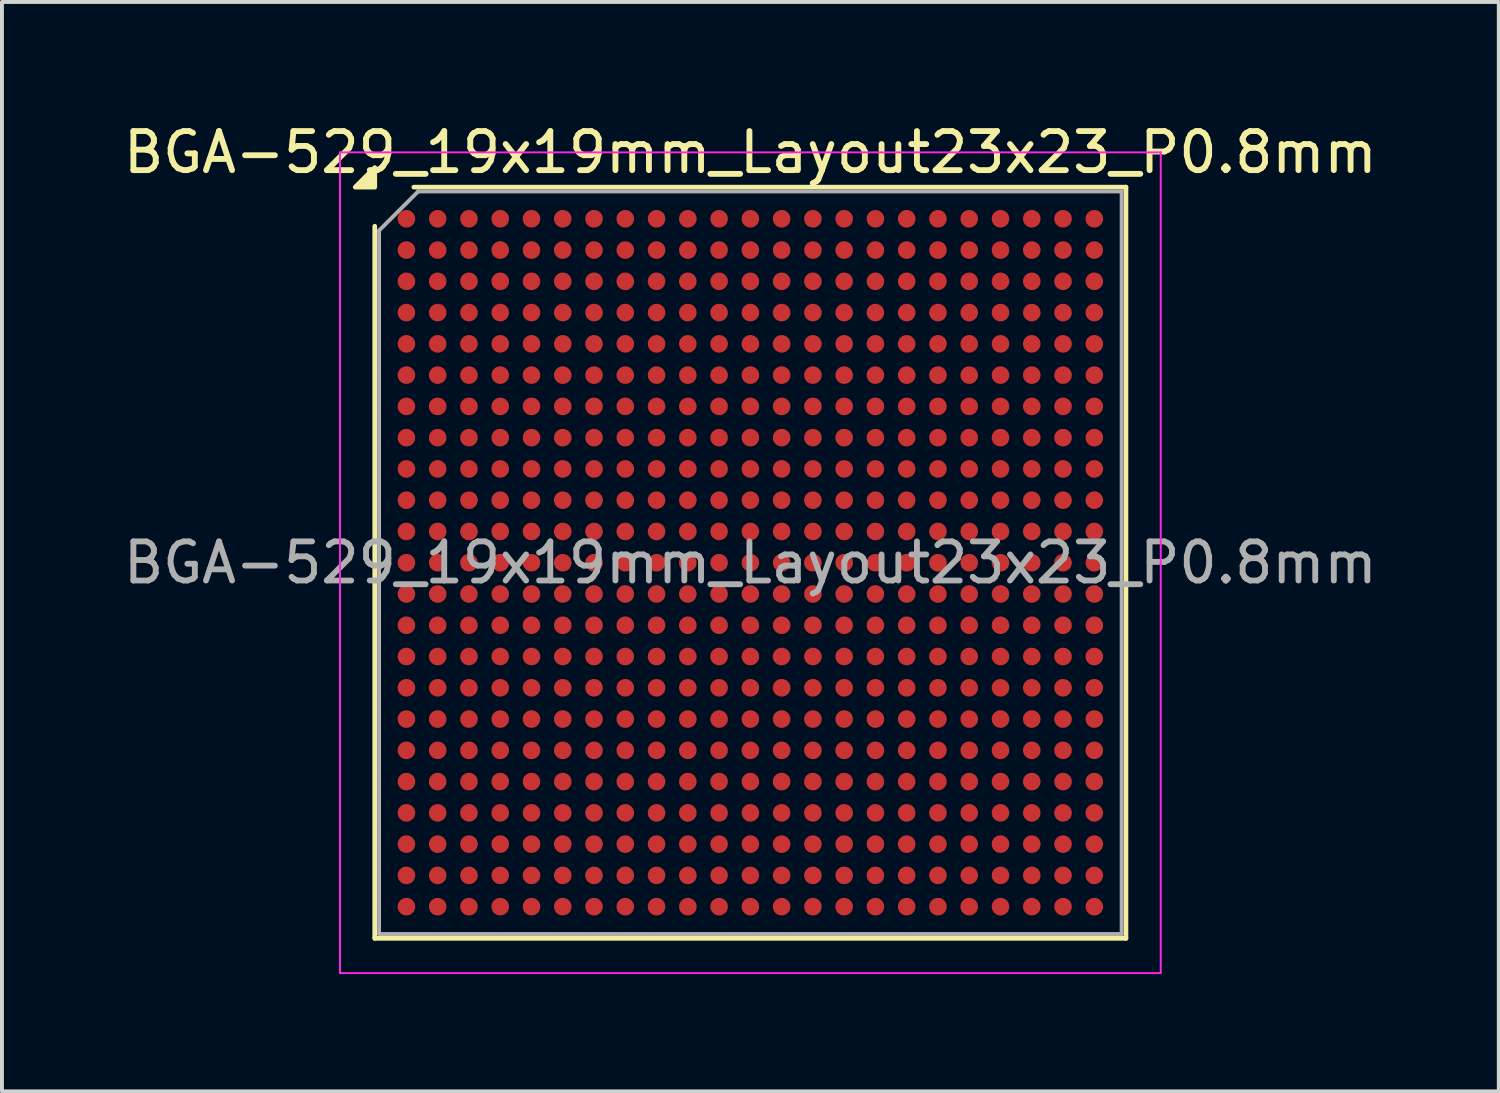
<source format=kicad_pcb>
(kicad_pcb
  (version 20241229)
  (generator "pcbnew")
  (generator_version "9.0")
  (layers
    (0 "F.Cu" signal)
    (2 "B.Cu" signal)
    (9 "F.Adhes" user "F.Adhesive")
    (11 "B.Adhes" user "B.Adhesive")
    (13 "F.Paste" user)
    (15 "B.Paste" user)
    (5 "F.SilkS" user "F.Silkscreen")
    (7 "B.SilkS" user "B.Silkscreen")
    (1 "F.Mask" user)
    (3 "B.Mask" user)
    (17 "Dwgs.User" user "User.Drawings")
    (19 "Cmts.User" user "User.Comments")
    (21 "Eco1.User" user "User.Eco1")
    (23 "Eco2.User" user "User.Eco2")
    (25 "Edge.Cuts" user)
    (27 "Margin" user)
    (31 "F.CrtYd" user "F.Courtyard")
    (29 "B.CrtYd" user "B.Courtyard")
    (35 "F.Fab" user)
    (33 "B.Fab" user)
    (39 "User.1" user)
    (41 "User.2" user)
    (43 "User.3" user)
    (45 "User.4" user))
  (footprint "BGA-529_19x19mm_Layout23x23_P0.8mm"
    (layer "F.Cu")
    (at 16.149 11.348)
    (property "Reference" "BGA-529_19x19mm_Layout23x23_P0.8mm" (at 0 -10.5 0) (layer "F.SilkS") (effects (font (size 1 1) (thickness 0.15))))
    (attr smd)
    (fp_line (start -9.61 9.61) (end -9.61 -8.61) (stroke (width 0.12) (type solid)) (layer "F.SilkS"))
    (fp_line (start -8.61 -9.61) (end 9.61 -9.61) (stroke (width 0.12) (type solid)) (layer "F.SilkS"))
    (fp_line (start 9.61 -9.61) (end 9.61 9.61) (stroke (width 0.12) (type solid)) (layer "F.SilkS"))
    (fp_line (start 9.61 9.61) (end -9.61 9.61) (stroke (width 0.12) (type solid)) (layer "F.SilkS"))
    (fp_poly (pts (xy -9.61 -9.61) (xy -10.11 -9.61) (xy -9.61 -10.11)) (stroke (width 0.12) (type solid)) (fill yes) (layer "F.SilkS"))
    (fp_line (start -10.5 -10.5) (end -10.5 10.5) (stroke (width 0.05) (type solid)) (layer "F.CrtYd"))
    (fp_line (start -10.5 10.5) (end 10.5 10.5) (stroke (width 0.05) (type solid)) (layer "F.CrtYd"))
    (fp_line (start 10.5 -10.5) (end -10.5 -10.5) (stroke (width 0.05) (type solid)) (layer "F.CrtYd"))
    (fp_line (start 10.5 10.5) (end 10.5 -10.5) (stroke (width 0.05) (type solid)) (layer "F.CrtYd"))
    (fp_line (start -9.5 -8.5) (end -8.5 -9.5) (stroke (width 0.1) (type solid)) (layer "F.Fab"))
    (fp_line (start -9.5 9.5) (end -9.5 -8.5) (stroke (width 0.1) (type solid)) (layer "F.Fab"))
    (fp_line (start -8.5 -9.5) (end 9.5 -9.5) (stroke (width 0.1) (type solid)) (layer "F.Fab"))
    (fp_line (start 9.5 -9.5) (end 9.5 9.5) (stroke (width 0.1) (type solid)) (layer "F.Fab"))
    (fp_line (start 9.5 9.5) (end -9.5 9.5) (stroke (width 0.1) (type solid)) (layer "F.Fab"))
    (fp_text user "${REFERENCE}" (at 0 0 0) (layer "F.Fab") (effects (font (size 1 1) (thickness 0.15))))
    (pad "A1" smd circle (at -8.8 -8.8) (size 0.45 0.45) (property pad_prop_bga) (layers "F.Cu" "F.Mask" "F.Paste"))
    (pad "A2" smd circle (at -8 -8.8) (size 0.45 0.45) (property pad_prop_bga) (layers "F.Cu" "F.Mask" "F.Paste"))
    (pad "A3" smd circle (at -7.2 -8.8) (size 0.45 0.45) (property pad_prop_bga) (layers "F.Cu" "F.Mask" "F.Paste"))
    (pad "A4" smd circle (at -6.4 -8.8) (size 0.45 0.45) (property pad_prop_bga) (layers "F.Cu" "F.Mask" "F.Paste"))
    (pad "A5" smd circle (at -5.6 -8.8) (size 0.45 0.45) (property pad_prop_bga) (layers "F.Cu" "F.Mask" "F.Paste"))
    (pad "A6" smd circle (at -4.8 -8.8) (size 0.45 0.45) (property pad_prop_bga) (layers "F.Cu" "F.Mask" "F.Paste"))
    (pad "A7" smd circle (at -4 -8.8) (size 0.45 0.45) (property pad_prop_bga) (layers "F.Cu" "F.Mask" "F.Paste"))
    (pad "A8" smd circle (at -3.2 -8.8) (size 0.45 0.45) (property pad_prop_bga) (layers "F.Cu" "F.Mask" "F.Paste"))
    (pad "A9" smd circle (at -2.4 -8.8) (size 0.45 0.45) (property pad_prop_bga) (layers "F.Cu" "F.Mask" "F.Paste"))
    (pad "A10" smd circle (at -1.6 -8.8) (size 0.45 0.45) (property pad_prop_bga) (layers "F.Cu" "F.Mask" "F.Paste"))
    (pad "A11" smd circle (at -0.8 -8.8) (size 0.45 0.45) (property pad_prop_bga) (layers "F.Cu" "F.Mask" "F.Paste"))
    (pad "A12" smd circle (at 0 -8.8) (size 0.45 0.45) (property pad_prop_bga) (layers "F.Cu" "F.Mask" "F.Paste"))
    (pad "A13" smd circle (at 0.8 -8.8) (size 0.45 0.45) (property pad_prop_bga) (layers "F.Cu" "F.Mask" "F.Paste"))
    (pad "A14" smd circle (at 1.6 -8.8) (size 0.45 0.45) (property pad_prop_bga) (layers "F.Cu" "F.Mask" "F.Paste"))
    (pad "A15" smd circle (at 2.4 -8.8) (size 0.45 0.45) (property pad_prop_bga) (layers "F.Cu" "F.Mask" "F.Paste"))
    (pad "A16" smd circle (at 3.2 -8.8) (size 0.45 0.45) (property pad_prop_bga) (layers "F.Cu" "F.Mask" "F.Paste"))
    (pad "A17" smd circle (at 4 -8.8) (size 0.45 0.45) (property pad_prop_bga) (layers "F.Cu" "F.Mask" "F.Paste"))
    (pad "A18" smd circle (at 4.8 -8.8) (size 0.45 0.45) (property pad_prop_bga) (layers "F.Cu" "F.Mask" "F.Paste"))
    (pad "A19" smd circle (at 5.6 -8.8) (size 0.45 0.45) (property pad_prop_bga) (layers "F.Cu" "F.Mask" "F.Paste"))
    (pad "A20" smd circle (at 6.4 -8.8) (size 0.45 0.45) (property pad_prop_bga) (layers "F.Cu" "F.Mask" "F.Paste"))
    (pad "A21" smd circle (at 7.2 -8.8) (size 0.45 0.45) (property pad_prop_bga) (layers "F.Cu" "F.Mask" "F.Paste"))
    (pad "A22" smd circle (at 8 -8.8) (size 0.45 0.45) (property pad_prop_bga) (layers "F.Cu" "F.Mask" "F.Paste"))
    (pad "A23" smd circle (at 8.8 -8.8) (size 0.45 0.45) (property pad_prop_bga) (layers "F.Cu" "F.Mask" "F.Paste"))
    (pad "AA1" smd circle (at -8.8 7.2) (size 0.45 0.45) (property pad_prop_bga) (layers "F.Cu" "F.Mask" "F.Paste"))
    (pad "AA2" smd circle (at -8 7.2) (size 0.45 0.45) (property pad_prop_bga) (layers "F.Cu" "F.Mask" "F.Paste"))
    (pad "AA3" smd circle (at -7.2 7.2) (size 0.45 0.45) (property pad_prop_bga) (layers "F.Cu" "F.Mask" "F.Paste"))
    (pad "AA4" smd circle (at -6.4 7.2) (size 0.45 0.45) (property pad_prop_bga) (layers "F.Cu" "F.Mask" "F.Paste"))
    (pad "AA5" smd circle (at -5.6 7.2) (size 0.45 0.45) (property pad_prop_bga) (layers "F.Cu" "F.Mask" "F.Paste"))
    (pad "AA6" smd circle (at -4.8 7.2) (size 0.45 0.45) (property pad_prop_bga) (layers "F.Cu" "F.Mask" "F.Paste"))
    (pad "AA7" smd circle (at -4 7.2) (size 0.45 0.45) (property pad_prop_bga) (layers "F.Cu" "F.Mask" "F.Paste"))
    (pad "AA8" smd circle (at -3.2 7.2) (size 0.45 0.45) (property pad_prop_bga) (layers "F.Cu" "F.Mask" "F.Paste"))
    (pad "AA9" smd circle (at -2.4 7.2) (size 0.45 0.45) (property pad_prop_bga) (layers "F.Cu" "F.Mask" "F.Paste"))
    (pad "AA10" smd circle (at -1.6 7.2) (size 0.45 0.45) (property pad_prop_bga) (layers "F.Cu" "F.Mask" "F.Paste"))
    (pad "AA11" smd circle (at -0.8 7.2) (size 0.45 0.45) (property pad_prop_bga) (layers "F.Cu" "F.Mask" "F.Paste"))
    (pad "AA12" smd circle (at 0 7.2) (size 0.45 0.45) (property pad_prop_bga) (layers "F.Cu" "F.Mask" "F.Paste"))
    (pad "AA13" smd circle (at 0.8 7.2) (size 0.45 0.45) (property pad_prop_bga) (layers "F.Cu" "F.Mask" "F.Paste"))
    (pad "AA14" smd circle (at 1.6 7.2) (size 0.45 0.45) (property pad_prop_bga) (layers "F.Cu" "F.Mask" "F.Paste"))
    (pad "AA15" smd circle (at 2.4 7.2) (size 0.45 0.45) (property pad_prop_bga) (layers "F.Cu" "F.Mask" "F.Paste"))
    (pad "AA16" smd circle (at 3.2 7.2) (size 0.45 0.45) (property pad_prop_bga) (layers "F.Cu" "F.Mask" "F.Paste"))
    (pad "AA17" smd circle (at 4 7.2) (size 0.45 0.45) (property pad_prop_bga) (layers "F.Cu" "F.Mask" "F.Paste"))
    (pad "AA18" smd circle (at 4.8 7.2) (size 0.45 0.45) (property pad_prop_bga) (layers "F.Cu" "F.Mask" "F.Paste"))
    (pad "AA19" smd circle (at 5.6 7.2) (size 0.45 0.45) (property pad_prop_bga) (layers "F.Cu" "F.Mask" "F.Paste"))
    (pad "AA20" smd circle (at 6.4 7.2) (size 0.45 0.45) (property pad_prop_bga) (layers "F.Cu" "F.Mask" "F.Paste"))
    (pad "AA21" smd circle (at 7.2 7.2) (size 0.45 0.45) (property pad_prop_bga) (layers "F.Cu" "F.Mask" "F.Paste"))
    (pad "AA22" smd circle (at 8 7.2) (size 0.45 0.45) (property pad_prop_bga) (layers "F.Cu" "F.Mask" "F.Paste"))
    (pad "AA23" smd circle (at 8.8 7.2) (size 0.45 0.45) (property pad_prop_bga) (layers "F.Cu" "F.Mask" "F.Paste"))
    (pad "AB1" smd circle (at -8.8 8) (size 0.45 0.45) (property pad_prop_bga) (layers "F.Cu" "F.Mask" "F.Paste"))
    (pad "AB2" smd circle (at -8 8) (size 0.45 0.45) (property pad_prop_bga) (layers "F.Cu" "F.Mask" "F.Paste"))
    (pad "AB3" smd circle (at -7.2 8) (size 0.45 0.45) (property pad_prop_bga) (layers "F.Cu" "F.Mask" "F.Paste"))
    (pad "AB4" smd circle (at -6.4 8) (size 0.45 0.45) (property pad_prop_bga) (layers "F.Cu" "F.Mask" "F.Paste"))
    (pad "AB5" smd circle (at -5.6 8) (size 0.45 0.45) (property pad_prop_bga) (layers "F.Cu" "F.Mask" "F.Paste"))
    (pad "AB6" smd circle (at -4.8 8) (size 0.45 0.45) (property pad_prop_bga) (layers "F.Cu" "F.Mask" "F.Paste"))
    (pad "AB7" smd circle (at -4 8) (size 0.45 0.45) (property pad_prop_bga) (layers "F.Cu" "F.Mask" "F.Paste"))
    (pad "AB8" smd circle (at -3.2 8) (size 0.45 0.45) (property pad_prop_bga) (layers "F.Cu" "F.Mask" "F.Paste"))
    (pad "AB9" smd circle (at -2.4 8) (size 0.45 0.45) (property pad_prop_bga) (layers "F.Cu" "F.Mask" "F.Paste"))
    (pad "AB10" smd circle (at -1.6 8) (size 0.45 0.45) (property pad_prop_bga) (layers "F.Cu" "F.Mask" "F.Paste"))
    (pad "AB11" smd circle (at -0.8 8) (size 0.45 0.45) (property pad_prop_bga) (layers "F.Cu" "F.Mask" "F.Paste"))
    (pad "AB12" smd circle (at 0 8) (size 0.45 0.45) (property pad_prop_bga) (layers "F.Cu" "F.Mask" "F.Paste"))
    (pad "AB13" smd circle (at 0.8 8) (size 0.45 0.45) (property pad_prop_bga) (layers "F.Cu" "F.Mask" "F.Paste"))
    (pad "AB14" smd circle (at 1.6 8) (size 0.45 0.45) (property pad_prop_bga) (layers "F.Cu" "F.Mask" "F.Paste"))
    (pad "AB15" smd circle (at 2.4 8) (size 0.45 0.45) (property pad_prop_bga) (layers "F.Cu" "F.Mask" "F.Paste"))
    (pad "AB16" smd circle (at 3.2 8) (size 0.45 0.45) (property pad_prop_bga) (layers "F.Cu" "F.Mask" "F.Paste"))
    (pad "AB17" smd circle (at 4 8) (size 0.45 0.45) (property pad_prop_bga) (layers "F.Cu" "F.Mask" "F.Paste"))
    (pad "AB18" smd circle (at 4.8 8) (size 0.45 0.45) (property pad_prop_bga) (layers "F.Cu" "F.Mask" "F.Paste"))
    (pad "AB19" smd circle (at 5.6 8) (size 0.45 0.45) (property pad_prop_bga) (layers "F.Cu" "F.Mask" "F.Paste"))
    (pad "AB20" smd circle (at 6.4 8) (size 0.45 0.45) (property pad_prop_bga) (layers "F.Cu" "F.Mask" "F.Paste"))
    (pad "AB21" smd circle (at 7.2 8) (size 0.45 0.45) (property pad_prop_bga) (layers "F.Cu" "F.Mask" "F.Paste"))
    (pad "AB22" smd circle (at 8 8) (size 0.45 0.45) (property pad_prop_bga) (layers "F.Cu" "F.Mask" "F.Paste"))
    (pad "AB23" smd circle (at 8.8 8) (size 0.45 0.45) (property pad_prop_bga) (layers "F.Cu" "F.Mask" "F.Paste"))
    (pad "AC1" smd circle (at -8.8 8.8) (size 0.45 0.45) (property pad_prop_bga) (layers "F.Cu" "F.Mask" "F.Paste"))
    (pad "AC2" smd circle (at -8 8.8) (size 0.45 0.45) (property pad_prop_bga) (layers "F.Cu" "F.Mask" "F.Paste"))
    (pad "AC3" smd circle (at -7.2 8.8) (size 0.45 0.45) (property pad_prop_bga) (layers "F.Cu" "F.Mask" "F.Paste"))
    (pad "AC4" smd circle (at -6.4 8.8) (size 0.45 0.45) (property pad_prop_bga) (layers "F.Cu" "F.Mask" "F.Paste"))
    (pad "AC5" smd circle (at -5.6 8.8) (size 0.45 0.45) (property pad_prop_bga) (layers "F.Cu" "F.Mask" "F.Paste"))
    (pad "AC6" smd circle (at -4.8 8.8) (size 0.45 0.45) (property pad_prop_bga) (layers "F.Cu" "F.Mask" "F.Paste"))
    (pad "AC7" smd circle (at -4 8.8) (size 0.45 0.45) (property pad_prop_bga) (layers "F.Cu" "F.Mask" "F.Paste"))
    (pad "AC8" smd circle (at -3.2 8.8) (size 0.45 0.45) (property pad_prop_bga) (layers "F.Cu" "F.Mask" "F.Paste"))
    (pad "AC9" smd circle (at -2.4 8.8) (size 0.45 0.45) (property pad_prop_bga) (layers "F.Cu" "F.Mask" "F.Paste"))
    (pad "AC10" smd circle (at -1.6 8.8) (size 0.45 0.45) (property pad_prop_bga) (layers "F.Cu" "F.Mask" "F.Paste"))
    (pad "AC11" smd circle (at -0.8 8.8) (size 0.45 0.45) (property pad_prop_bga) (layers "F.Cu" "F.Mask" "F.Paste"))
    (pad "AC12" smd circle (at 0 8.8) (size 0.45 0.45) (property pad_prop_bga) (layers "F.Cu" "F.Mask" "F.Paste"))
    (pad "AC13" smd circle (at 0.8 8.8) (size 0.45 0.45) (property pad_prop_bga) (layers "F.Cu" "F.Mask" "F.Paste"))
    (pad "AC14" smd circle (at 1.6 8.8) (size 0.45 0.45) (property pad_prop_bga) (layers "F.Cu" "F.Mask" "F.Paste"))
    (pad "AC15" smd circle (at 2.4 8.8) (size 0.45 0.45) (property pad_prop_bga) (layers "F.Cu" "F.Mask" "F.Paste"))
    (pad "AC16" smd circle (at 3.2 8.8) (size 0.45 0.45) (property pad_prop_bga) (layers "F.Cu" "F.Mask" "F.Paste"))
    (pad "AC17" smd circle (at 4 8.8) (size 0.45 0.45) (property pad_prop_bga) (layers "F.Cu" "F.Mask" "F.Paste"))
    (pad "AC18" smd circle (at 4.8 8.8) (size 0.45 0.45) (property pad_prop_bga) (layers "F.Cu" "F.Mask" "F.Paste"))
    (pad "AC19" smd circle (at 5.6 8.8) (size 0.45 0.45) (property pad_prop_bga) (layers "F.Cu" "F.Mask" "F.Paste"))
    (pad "AC20" smd circle (at 6.4 8.8) (size 0.45 0.45) (property pad_prop_bga) (layers "F.Cu" "F.Mask" "F.Paste"))
    (pad "AC21" smd circle (at 7.2 8.8) (size 0.45 0.45) (property pad_prop_bga) (layers "F.Cu" "F.Mask" "F.Paste"))
    (pad "AC22" smd circle (at 8 8.8) (size 0.45 0.45) (property pad_prop_bga) (layers "F.Cu" "F.Mask" "F.Paste"))
    (pad "AC23" smd circle (at 8.8 8.8) (size 0.45 0.45) (property pad_prop_bga) (layers "F.Cu" "F.Mask" "F.Paste"))
    (pad "B1" smd circle (at -8.8 -8) (size 0.45 0.45) (property pad_prop_bga) (layers "F.Cu" "F.Mask" "F.Paste"))
    (pad "B2" smd circle (at -8 -8) (size 0.45 0.45) (property pad_prop_bga) (layers "F.Cu" "F.Mask" "F.Paste"))
    (pad "B3" smd circle (at -7.2 -8) (size 0.45 0.45) (property pad_prop_bga) (layers "F.Cu" "F.Mask" "F.Paste"))
    (pad "B4" smd circle (at -6.4 -8) (size 0.45 0.45) (property pad_prop_bga) (layers "F.Cu" "F.Mask" "F.Paste"))
    (pad "B5" smd circle (at -5.6 -8) (size 0.45 0.45) (property pad_prop_bga) (layers "F.Cu" "F.Mask" "F.Paste"))
    (pad "B6" smd circle (at -4.8 -8) (size 0.45 0.45) (property pad_prop_bga) (layers "F.Cu" "F.Mask" "F.Paste"))
    (pad "B7" smd circle (at -4 -8) (size 0.45 0.45) (property pad_prop_bga) (layers "F.Cu" "F.Mask" "F.Paste"))
    (pad "B8" smd circle (at -3.2 -8) (size 0.45 0.45) (property pad_prop_bga) (layers "F.Cu" "F.Mask" "F.Paste"))
    (pad "B9" smd circle (at -2.4 -8) (size 0.45 0.45) (property pad_prop_bga) (layers "F.Cu" "F.Mask" "F.Paste"))
    (pad "B10" smd circle (at -1.6 -8) (size 0.45 0.45) (property pad_prop_bga) (layers "F.Cu" "F.Mask" "F.Paste"))
    (pad "B11" smd circle (at -0.8 -8) (size 0.45 0.45) (property pad_prop_bga) (layers "F.Cu" "F.Mask" "F.Paste"))
    (pad "B12" smd circle (at 0 -8) (size 0.45 0.45) (property pad_prop_bga) (layers "F.Cu" "F.Mask" "F.Paste"))
    (pad "B13" smd circle (at 0.8 -8) (size 0.45 0.45) (property pad_prop_bga) (layers "F.Cu" "F.Mask" "F.Paste"))
    (pad "B14" smd circle (at 1.6 -8) (size 0.45 0.45) (property pad_prop_bga) (layers "F.Cu" "F.Mask" "F.Paste"))
    (pad "B15" smd circle (at 2.4 -8) (size 0.45 0.45) (property pad_prop_bga) (layers "F.Cu" "F.Mask" "F.Paste"))
    (pad "B16" smd circle (at 3.2 -8) (size 0.45 0.45) (property pad_prop_bga) (layers "F.Cu" "F.Mask" "F.Paste"))
    (pad "B17" smd circle (at 4 -8) (size 0.45 0.45) (property pad_prop_bga) (layers "F.Cu" "F.Mask" "F.Paste"))
    (pad "B18" smd circle (at 4.8 -8) (size 0.45 0.45) (property pad_prop_bga) (layers "F.Cu" "F.Mask" "F.Paste"))
    (pad "B19" smd circle (at 5.6 -8) (size 0.45 0.45) (property pad_prop_bga) (layers "F.Cu" "F.Mask" "F.Paste"))
    (pad "B20" smd circle (at 6.4 -8) (size 0.45 0.45) (property pad_prop_bga) (layers "F.Cu" "F.Mask" "F.Paste"))
    (pad "B21" smd circle (at 7.2 -8) (size 0.45 0.45) (property pad_prop_bga) (layers "F.Cu" "F.Mask" "F.Paste"))
    (pad "B22" smd circle (at 8 -8) (size 0.45 0.45) (property pad_prop_bga) (layers "F.Cu" "F.Mask" "F.Paste"))
    (pad "B23" smd circle (at 8.8 -8) (size 0.45 0.45) (property pad_prop_bga) (layers "F.Cu" "F.Mask" "F.Paste"))
    (pad "C1" smd circle (at -8.8 -7.2) (size 0.45 0.45) (property pad_prop_bga) (layers "F.Cu" "F.Mask" "F.Paste"))
    (pad "C2" smd circle (at -8 -7.2) (size 0.45 0.45) (property pad_prop_bga) (layers "F.Cu" "F.Mask" "F.Paste"))
    (pad "C3" smd circle (at -7.2 -7.2) (size 0.45 0.45) (property pad_prop_bga) (layers "F.Cu" "F.Mask" "F.Paste"))
    (pad "C4" smd circle (at -6.4 -7.2) (size 0.45 0.45) (property pad_prop_bga) (layers "F.Cu" "F.Mask" "F.Paste"))
    (pad "C5" smd circle (at -5.6 -7.2) (size 0.45 0.45) (property pad_prop_bga) (layers "F.Cu" "F.Mask" "F.Paste"))
    (pad "C6" smd circle (at -4.8 -7.2) (size 0.45 0.45) (property pad_prop_bga) (layers "F.Cu" "F.Mask" "F.Paste"))
    (pad "C7" smd circle (at -4 -7.2) (size 0.45 0.45) (property pad_prop_bga) (layers "F.Cu" "F.Mask" "F.Paste"))
    (pad "C8" smd circle (at -3.2 -7.2) (size 0.45 0.45) (property pad_prop_bga) (layers "F.Cu" "F.Mask" "F.Paste"))
    (pad "C9" smd circle (at -2.4 -7.2) (size 0.45 0.45) (property pad_prop_bga) (layers "F.Cu" "F.Mask" "F.Paste"))
    (pad "C10" smd circle (at -1.6 -7.2) (size 0.45 0.45) (property pad_prop_bga) (layers "F.Cu" "F.Mask" "F.Paste"))
    (pad "C11" smd circle (at -0.8 -7.2) (size 0.45 0.45) (property pad_prop_bga) (layers "F.Cu" "F.Mask" "F.Paste"))
    (pad "C12" smd circle (at 0 -7.2) (size 0.45 0.45) (property pad_prop_bga) (layers "F.Cu" "F.Mask" "F.Paste"))
    (pad "C13" smd circle (at 0.8 -7.2) (size 0.45 0.45) (property pad_prop_bga) (layers "F.Cu" "F.Mask" "F.Paste"))
    (pad "C14" smd circle (at 1.6 -7.2) (size 0.45 0.45) (property pad_prop_bga) (layers "F.Cu" "F.Mask" "F.Paste"))
    (pad "C15" smd circle (at 2.4 -7.2) (size 0.45 0.45) (property pad_prop_bga) (layers "F.Cu" "F.Mask" "F.Paste"))
    (pad "C16" smd circle (at 3.2 -7.2) (size 0.45 0.45) (property pad_prop_bga) (layers "F.Cu" "F.Mask" "F.Paste"))
    (pad "C17" smd circle (at 4 -7.2) (size 0.45 0.45) (property pad_prop_bga) (layers "F.Cu" "F.Mask" "F.Paste"))
    (pad "C18" smd circle (at 4.8 -7.2) (size 0.45 0.45) (property pad_prop_bga) (layers "F.Cu" "F.Mask" "F.Paste"))
    (pad "C19" smd circle (at 5.6 -7.2) (size 0.45 0.45) (property pad_prop_bga) (layers "F.Cu" "F.Mask" "F.Paste"))
    (pad "C20" smd circle (at 6.4 -7.2) (size 0.45 0.45) (property pad_prop_bga) (layers "F.Cu" "F.Mask" "F.Paste"))
    (pad "C21" smd circle (at 7.2 -7.2) (size 0.45 0.45) (property pad_prop_bga) (layers "F.Cu" "F.Mask" "F.Paste"))
    (pad "C22" smd circle (at 8 -7.2) (size 0.45 0.45) (property pad_prop_bga) (layers "F.Cu" "F.Mask" "F.Paste"))
    (pad "C23" smd circle (at 8.8 -7.2) (size 0.45 0.45) (property pad_prop_bga) (layers "F.Cu" "F.Mask" "F.Paste"))
    (pad "D1" smd circle (at -8.8 -6.4) (size 0.45 0.45) (property pad_prop_bga) (layers "F.Cu" "F.Mask" "F.Paste"))
    (pad "D2" smd circle (at -8 -6.4) (size 0.45 0.45) (property pad_prop_bga) (layers "F.Cu" "F.Mask" "F.Paste"))
    (pad "D3" smd circle (at -7.2 -6.4) (size 0.45 0.45) (property pad_prop_bga) (layers "F.Cu" "F.Mask" "F.Paste"))
    (pad "D4" smd circle (at -6.4 -6.4) (size 0.45 0.45) (property pad_prop_bga) (layers "F.Cu" "F.Mask" "F.Paste"))
    (pad "D5" smd circle (at -5.6 -6.4) (size 0.45 0.45) (property pad_prop_bga) (layers "F.Cu" "F.Mask" "F.Paste"))
    (pad "D6" smd circle (at -4.8 -6.4) (size 0.45 0.45) (property pad_prop_bga) (layers "F.Cu" "F.Mask" "F.Paste"))
    (pad "D7" smd circle (at -4 -6.4) (size 0.45 0.45) (property pad_prop_bga) (layers "F.Cu" "F.Mask" "F.Paste"))
    (pad "D8" smd circle (at -3.2 -6.4) (size 0.45 0.45) (property pad_prop_bga) (layers "F.Cu" "F.Mask" "F.Paste"))
    (pad "D9" smd circle (at -2.4 -6.4) (size 0.45 0.45) (property pad_prop_bga) (layers "F.Cu" "F.Mask" "F.Paste"))
    (pad "D10" smd circle (at -1.6 -6.4) (size 0.45 0.45) (property pad_prop_bga) (layers "F.Cu" "F.Mask" "F.Paste"))
    (pad "D11" smd circle (at -0.8 -6.4) (size 0.45 0.45) (property pad_prop_bga) (layers "F.Cu" "F.Mask" "F.Paste"))
    (pad "D12" smd circle (at 0 -6.4) (size 0.45 0.45) (property pad_prop_bga) (layers "F.Cu" "F.Mask" "F.Paste"))
    (pad "D13" smd circle (at 0.8 -6.4) (size 0.45 0.45) (property pad_prop_bga) (layers "F.Cu" "F.Mask" "F.Paste"))
    (pad "D14" smd circle (at 1.6 -6.4) (size 0.45 0.45) (property pad_prop_bga) (layers "F.Cu" "F.Mask" "F.Paste"))
    (pad "D15" smd circle (at 2.4 -6.4) (size 0.45 0.45) (property pad_prop_bga) (layers "F.Cu" "F.Mask" "F.Paste"))
    (pad "D16" smd circle (at 3.2 -6.4) (size 0.45 0.45) (property pad_prop_bga) (layers "F.Cu" "F.Mask" "F.Paste"))
    (pad "D17" smd circle (at 4 -6.4) (size 0.45 0.45) (property pad_prop_bga) (layers "F.Cu" "F.Mask" "F.Paste"))
    (pad "D18" smd circle (at 4.8 -6.4) (size 0.45 0.45) (property pad_prop_bga) (layers "F.Cu" "F.Mask" "F.Paste"))
    (pad "D19" smd circle (at 5.6 -6.4) (size 0.45 0.45) (property pad_prop_bga) (layers "F.Cu" "F.Mask" "F.Paste"))
    (pad "D20" smd circle (at 6.4 -6.4) (size 0.45 0.45) (property pad_prop_bga) (layers "F.Cu" "F.Mask" "F.Paste"))
    (pad "D21" smd circle (at 7.2 -6.4) (size 0.45 0.45) (property pad_prop_bga) (layers "F.Cu" "F.Mask" "F.Paste"))
    (pad "D22" smd circle (at 8 -6.4) (size 0.45 0.45) (property pad_prop_bga) (layers "F.Cu" "F.Mask" "F.Paste"))
    (pad "D23" smd circle (at 8.8 -6.4) (size 0.45 0.45) (property pad_prop_bga) (layers "F.Cu" "F.Mask" "F.Paste"))
    (pad "E1" smd circle (at -8.8 -5.6) (size 0.45 0.45) (property pad_prop_bga) (layers "F.Cu" "F.Mask" "F.Paste"))
    (pad "E2" smd circle (at -8 -5.6) (size 0.45 0.45) (property pad_prop_bga) (layers "F.Cu" "F.Mask" "F.Paste"))
    (pad "E3" smd circle (at -7.2 -5.6) (size 0.45 0.45) (property pad_prop_bga) (layers "F.Cu" "F.Mask" "F.Paste"))
    (pad "E4" smd circle (at -6.4 -5.6) (size 0.45 0.45) (property pad_prop_bga) (layers "F.Cu" "F.Mask" "F.Paste"))
    (pad "E5" smd circle (at -5.6 -5.6) (size 0.45 0.45) (property pad_prop_bga) (layers "F.Cu" "F.Mask" "F.Paste"))
    (pad "E6" smd circle (at -4.8 -5.6) (size 0.45 0.45) (property pad_prop_bga) (layers "F.Cu" "F.Mask" "F.Paste"))
    (pad "E7" smd circle (at -4 -5.6) (size 0.45 0.45) (property pad_prop_bga) (layers "F.Cu" "F.Mask" "F.Paste"))
    (pad "E8" smd circle (at -3.2 -5.6) (size 0.45 0.45) (property pad_prop_bga) (layers "F.Cu" "F.Mask" "F.Paste"))
    (pad "E9" smd circle (at -2.4 -5.6) (size 0.45 0.45) (property pad_prop_bga) (layers "F.Cu" "F.Mask" "F.Paste"))
    (pad "E10" smd circle (at -1.6 -5.6) (size 0.45 0.45) (property pad_prop_bga) (layers "F.Cu" "F.Mask" "F.Paste"))
    (pad "E11" smd circle (at -0.8 -5.6) (size 0.45 0.45) (property pad_prop_bga) (layers "F.Cu" "F.Mask" "F.Paste"))
    (pad "E12" smd circle (at 0 -5.6) (size 0.45 0.45) (property pad_prop_bga) (layers "F.Cu" "F.Mask" "F.Paste"))
    (pad "E13" smd circle (at 0.8 -5.6) (size 0.45 0.45) (property pad_prop_bga) (layers "F.Cu" "F.Mask" "F.Paste"))
    (pad "E14" smd circle (at 1.6 -5.6) (size 0.45 0.45) (property pad_prop_bga) (layers "F.Cu" "F.Mask" "F.Paste"))
    (pad "E15" smd circle (at 2.4 -5.6) (size 0.45 0.45) (property pad_prop_bga) (layers "F.Cu" "F.Mask" "F.Paste"))
    (pad "E16" smd circle (at 3.2 -5.6) (size 0.45 0.45) (property pad_prop_bga) (layers "F.Cu" "F.Mask" "F.Paste"))
    (pad "E17" smd circle (at 4 -5.6) (size 0.45 0.45) (property pad_prop_bga) (layers "F.Cu" "F.Mask" "F.Paste"))
    (pad "E18" smd circle (at 4.8 -5.6) (size 0.45 0.45) (property pad_prop_bga) (layers "F.Cu" "F.Mask" "F.Paste"))
    (pad "E19" smd circle (at 5.6 -5.6) (size 0.45 0.45) (property pad_prop_bga) (layers "F.Cu" "F.Mask" "F.Paste"))
    (pad "E20" smd circle (at 6.4 -5.6) (size 0.45 0.45) (property pad_prop_bga) (layers "F.Cu" "F.Mask" "F.Paste"))
    (pad "E21" smd circle (at 7.2 -5.6) (size 0.45 0.45) (property pad_prop_bga) (layers "F.Cu" "F.Mask" "F.Paste"))
    (pad "E22" smd circle (at 8 -5.6) (size 0.45 0.45) (property pad_prop_bga) (layers "F.Cu" "F.Mask" "F.Paste"))
    (pad "E23" smd circle (at 8.8 -5.6) (size 0.45 0.45) (property pad_prop_bga) (layers "F.Cu" "F.Mask" "F.Paste"))
    (pad "F1" smd circle (at -8.8 -4.8) (size 0.45 0.45) (property pad_prop_bga) (layers "F.Cu" "F.Mask" "F.Paste"))
    (pad "F2" smd circle (at -8 -4.8) (size 0.45 0.45) (property pad_prop_bga) (layers "F.Cu" "F.Mask" "F.Paste"))
    (pad "F3" smd circle (at -7.2 -4.8) (size 0.45 0.45) (property pad_prop_bga) (layers "F.Cu" "F.Mask" "F.Paste"))
    (pad "F4" smd circle (at -6.4 -4.8) (size 0.45 0.45) (property pad_prop_bga) (layers "F.Cu" "F.Mask" "F.Paste"))
    (pad "F5" smd circle (at -5.6 -4.8) (size 0.45 0.45) (property pad_prop_bga) (layers "F.Cu" "F.Mask" "F.Paste"))
    (pad "F6" smd circle (at -4.8 -4.8) (size 0.45 0.45) (property pad_prop_bga) (layers "F.Cu" "F.Mask" "F.Paste"))
    (pad "F7" smd circle (at -4 -4.8) (size 0.45 0.45) (property pad_prop_bga) (layers "F.Cu" "F.Mask" "F.Paste"))
    (pad "F8" smd circle (at -3.2 -4.8) (size 0.45 0.45) (property pad_prop_bga) (layers "F.Cu" "F.Mask" "F.Paste"))
    (pad "F9" smd circle (at -2.4 -4.8) (size 0.45 0.45) (property pad_prop_bga) (layers "F.Cu" "F.Mask" "F.Paste"))
    (pad "F10" smd circle (at -1.6 -4.8) (size 0.45 0.45) (property pad_prop_bga) (layers "F.Cu" "F.Mask" "F.Paste"))
    (pad "F11" smd circle (at -0.8 -4.8) (size 0.45 0.45) (property pad_prop_bga) (layers "F.Cu" "F.Mask" "F.Paste"))
    (pad "F12" smd circle (at 0 -4.8) (size 0.45 0.45) (property pad_prop_bga) (layers "F.Cu" "F.Mask" "F.Paste"))
    (pad "F13" smd circle (at 0.8 -4.8) (size 0.45 0.45) (property pad_prop_bga) (layers "F.Cu" "F.Mask" "F.Paste"))
    (pad "F14" smd circle (at 1.6 -4.8) (size 0.45 0.45) (property pad_prop_bga) (layers "F.Cu" "F.Mask" "F.Paste"))
    (pad "F15" smd circle (at 2.4 -4.8) (size 0.45 0.45) (property pad_prop_bga) (layers "F.Cu" "F.Mask" "F.Paste"))
    (pad "F16" smd circle (at 3.2 -4.8) (size 0.45 0.45) (property pad_prop_bga) (layers "F.Cu" "F.Mask" "F.Paste"))
    (pad "F17" smd circle (at 4 -4.8) (size 0.45 0.45) (property pad_prop_bga) (layers "F.Cu" "F.Mask" "F.Paste"))
    (pad "F18" smd circle (at 4.8 -4.8) (size 0.45 0.45) (property pad_prop_bga) (layers "F.Cu" "F.Mask" "F.Paste"))
    (pad "F19" smd circle (at 5.6 -4.8) (size 0.45 0.45) (property pad_prop_bga) (layers "F.Cu" "F.Mask" "F.Paste"))
    (pad "F20" smd circle (at 6.4 -4.8) (size 0.45 0.45) (property pad_prop_bga) (layers "F.Cu" "F.Mask" "F.Paste"))
    (pad "F21" smd circle (at 7.2 -4.8) (size 0.45 0.45) (property pad_prop_bga) (layers "F.Cu" "F.Mask" "F.Paste"))
    (pad "F22" smd circle (at 8 -4.8) (size 0.45 0.45) (property pad_prop_bga) (layers "F.Cu" "F.Mask" "F.Paste"))
    (pad "F23" smd circle (at 8.8 -4.8) (size 0.45 0.45) (property pad_prop_bga) (layers "F.Cu" "F.Mask" "F.Paste"))
    (pad "G1" smd circle (at -8.8 -4) (size 0.45 0.45) (property pad_prop_bga) (layers "F.Cu" "F.Mask" "F.Paste"))
    (pad "G2" smd circle (at -8 -4) (size 0.45 0.45) (property pad_prop_bga) (layers "F.Cu" "F.Mask" "F.Paste"))
    (pad "G3" smd circle (at -7.2 -4) (size 0.45 0.45) (property pad_prop_bga) (layers "F.Cu" "F.Mask" "F.Paste"))
    (pad "G4" smd circle (at -6.4 -4) (size 0.45 0.45) (property pad_prop_bga) (layers "F.Cu" "F.Mask" "F.Paste"))
    (pad "G5" smd circle (at -5.6 -4) (size 0.45 0.45) (property pad_prop_bga) (layers "F.Cu" "F.Mask" "F.Paste"))
    (pad "G6" smd circle (at -4.8 -4) (size 0.45 0.45) (property pad_prop_bga) (layers "F.Cu" "F.Mask" "F.Paste"))
    (pad "G7" smd circle (at -4 -4) (size 0.45 0.45) (property pad_prop_bga) (layers "F.Cu" "F.Mask" "F.Paste"))
    (pad "G8" smd circle (at -3.2 -4) (size 0.45 0.45) (property pad_prop_bga) (layers "F.Cu" "F.Mask" "F.Paste"))
    (pad "G9" smd circle (at -2.4 -4) (size 0.45 0.45) (property pad_prop_bga) (layers "F.Cu" "F.Mask" "F.Paste"))
    (pad "G10" smd circle (at -1.6 -4) (size 0.45 0.45) (property pad_prop_bga) (layers "F.Cu" "F.Mask" "F.Paste"))
    (pad "G11" smd circle (at -0.8 -4) (size 0.45 0.45) (property pad_prop_bga) (layers "F.Cu" "F.Mask" "F.Paste"))
    (pad "G12" smd circle (at 0 -4) (size 0.45 0.45) (property pad_prop_bga) (layers "F.Cu" "F.Mask" "F.Paste"))
    (pad "G13" smd circle (at 0.8 -4) (size 0.45 0.45) (property pad_prop_bga) (layers "F.Cu" "F.Mask" "F.Paste"))
    (pad "G14" smd circle (at 1.6 -4) (size 0.45 0.45) (property pad_prop_bga) (layers "F.Cu" "F.Mask" "F.Paste"))
    (pad "G15" smd circle (at 2.4 -4) (size 0.45 0.45) (property pad_prop_bga) (layers "F.Cu" "F.Mask" "F.Paste"))
    (pad "G16" smd circle (at 3.2 -4) (size 0.45 0.45) (property pad_prop_bga) (layers "F.Cu" "F.Mask" "F.Paste"))
    (pad "G17" smd circle (at 4 -4) (size 0.45 0.45) (property pad_prop_bga) (layers "F.Cu" "F.Mask" "F.Paste"))
    (pad "G18" smd circle (at 4.8 -4) (size 0.45 0.45) (property pad_prop_bga) (layers "F.Cu" "F.Mask" "F.Paste"))
    (pad "G19" smd circle (at 5.6 -4) (size 0.45 0.45) (property pad_prop_bga) (layers "F.Cu" "F.Mask" "F.Paste"))
    (pad "G20" smd circle (at 6.4 -4) (size 0.45 0.45) (property pad_prop_bga) (layers "F.Cu" "F.Mask" "F.Paste"))
    (pad "G21" smd circle (at 7.2 -4) (size 0.45 0.45) (property pad_prop_bga) (layers "F.Cu" "F.Mask" "F.Paste"))
    (pad "G22" smd circle (at 8 -4) (size 0.45 0.45) (property pad_prop_bga) (layers "F.Cu" "F.Mask" "F.Paste"))
    (pad "G23" smd circle (at 8.8 -4) (size 0.45 0.45) (property pad_prop_bga) (layers "F.Cu" "F.Mask" "F.Paste"))
    (pad "H1" smd circle (at -8.8 -3.2) (size 0.45 0.45) (property pad_prop_bga) (layers "F.Cu" "F.Mask" "F.Paste"))
    (pad "H2" smd circle (at -8 -3.2) (size 0.45 0.45) (property pad_prop_bga) (layers "F.Cu" "F.Mask" "F.Paste"))
    (pad "H3" smd circle (at -7.2 -3.2) (size 0.45 0.45) (property pad_prop_bga) (layers "F.Cu" "F.Mask" "F.Paste"))
    (pad "H4" smd circle (at -6.4 -3.2) (size 0.45 0.45) (property pad_prop_bga) (layers "F.Cu" "F.Mask" "F.Paste"))
    (pad "H5" smd circle (at -5.6 -3.2) (size 0.45 0.45) (property pad_prop_bga) (layers "F.Cu" "F.Mask" "F.Paste"))
    (pad "H6" smd circle (at -4.8 -3.2) (size 0.45 0.45) (property pad_prop_bga) (layers "F.Cu" "F.Mask" "F.Paste"))
    (pad "H7" smd circle (at -4 -3.2) (size 0.45 0.45) (property pad_prop_bga) (layers "F.Cu" "F.Mask" "F.Paste"))
    (pad "H8" smd circle (at -3.2 -3.2) (size 0.45 0.45) (property pad_prop_bga) (layers "F.Cu" "F.Mask" "F.Paste"))
    (pad "H9" smd circle (at -2.4 -3.2) (size 0.45 0.45) (property pad_prop_bga) (layers "F.Cu" "F.Mask" "F.Paste"))
    (pad "H10" smd circle (at -1.6 -3.2) (size 0.45 0.45) (property pad_prop_bga) (layers "F.Cu" "F.Mask" "F.Paste"))
    (pad "H11" smd circle (at -0.8 -3.2) (size 0.45 0.45) (property pad_prop_bga) (layers "F.Cu" "F.Mask" "F.Paste"))
    (pad "H12" smd circle (at 0 -3.2) (size 0.45 0.45) (property pad_prop_bga) (layers "F.Cu" "F.Mask" "F.Paste"))
    (pad "H13" smd circle (at 0.8 -3.2) (size 0.45 0.45) (property pad_prop_bga) (layers "F.Cu" "F.Mask" "F.Paste"))
    (pad "H14" smd circle (at 1.6 -3.2) (size 0.45 0.45) (property pad_prop_bga) (layers "F.Cu" "F.Mask" "F.Paste"))
    (pad "H15" smd circle (at 2.4 -3.2) (size 0.45 0.45) (property pad_prop_bga) (layers "F.Cu" "F.Mask" "F.Paste"))
    (pad "H16" smd circle (at 3.2 -3.2) (size 0.45 0.45) (property pad_prop_bga) (layers "F.Cu" "F.Mask" "F.Paste"))
    (pad "H17" smd circle (at 4 -3.2) (size 0.45 0.45) (property pad_prop_bga) (layers "F.Cu" "F.Mask" "F.Paste"))
    (pad "H18" smd circle (at 4.8 -3.2) (size 0.45 0.45) (property pad_prop_bga) (layers "F.Cu" "F.Mask" "F.Paste"))
    (pad "H19" smd circle (at 5.6 -3.2) (size 0.45 0.45) (property pad_prop_bga) (layers "F.Cu" "F.Mask" "F.Paste"))
    (pad "H20" smd circle (at 6.4 -3.2) (size 0.45 0.45) (property pad_prop_bga) (layers "F.Cu" "F.Mask" "F.Paste"))
    (pad "H21" smd circle (at 7.2 -3.2) (size 0.45 0.45) (property pad_prop_bga) (layers "F.Cu" "F.Mask" "F.Paste"))
    (pad "H22" smd circle (at 8 -3.2) (size 0.45 0.45) (property pad_prop_bga) (layers "F.Cu" "F.Mask" "F.Paste"))
    (pad "H23" smd circle (at 8.8 -3.2) (size 0.45 0.45) (property pad_prop_bga) (layers "F.Cu" "F.Mask" "F.Paste"))
    (pad "J1" smd circle (at -8.8 -2.4) (size 0.45 0.45) (property pad_prop_bga) (layers "F.Cu" "F.Mask" "F.Paste"))
    (pad "J2" smd circle (at -8 -2.4) (size 0.45 0.45) (property pad_prop_bga) (layers "F.Cu" "F.Mask" "F.Paste"))
    (pad "J3" smd circle (at -7.2 -2.4) (size 0.45 0.45) (property pad_prop_bga) (layers "F.Cu" "F.Mask" "F.Paste"))
    (pad "J4" smd circle (at -6.4 -2.4) (size 0.45 0.45) (property pad_prop_bga) (layers "F.Cu" "F.Mask" "F.Paste"))
    (pad "J5" smd circle (at -5.6 -2.4) (size 0.45 0.45) (property pad_prop_bga) (layers "F.Cu" "F.Mask" "F.Paste"))
    (pad "J6" smd circle (at -4.8 -2.4) (size 0.45 0.45) (property pad_prop_bga) (layers "F.Cu" "F.Mask" "F.Paste"))
    (pad "J7" smd circle (at -4 -2.4) (size 0.45 0.45) (property pad_prop_bga) (layers "F.Cu" "F.Mask" "F.Paste"))
    (pad "J8" smd circle (at -3.2 -2.4) (size 0.45 0.45) (property pad_prop_bga) (layers "F.Cu" "F.Mask" "F.Paste"))
    (pad "J9" smd circle (at -2.4 -2.4) (size 0.45 0.45) (property pad_prop_bga) (layers "F.Cu" "F.Mask" "F.Paste"))
    (pad "J10" smd circle (at -1.6 -2.4) (size 0.45 0.45) (property pad_prop_bga) (layers "F.Cu" "F.Mask" "F.Paste"))
    (pad "J11" smd circle (at -0.8 -2.4) (size 0.45 0.45) (property pad_prop_bga) (layers "F.Cu" "F.Mask" "F.Paste"))
    (pad "J12" smd circle (at 0 -2.4) (size 0.45 0.45) (property pad_prop_bga) (layers "F.Cu" "F.Mask" "F.Paste"))
    (pad "J13" smd circle (at 0.8 -2.4) (size 0.45 0.45) (property pad_prop_bga) (layers "F.Cu" "F.Mask" "F.Paste"))
    (pad "J14" smd circle (at 1.6 -2.4) (size 0.45 0.45) (property pad_prop_bga) (layers "F.Cu" "F.Mask" "F.Paste"))
    (pad "J15" smd circle (at 2.4 -2.4) (size 0.45 0.45) (property pad_prop_bga) (layers "F.Cu" "F.Mask" "F.Paste"))
    (pad "J16" smd circle (at 3.2 -2.4) (size 0.45 0.45) (property pad_prop_bga) (layers "F.Cu" "F.Mask" "F.Paste"))
    (pad "J17" smd circle (at 4 -2.4) (size 0.45 0.45) (property pad_prop_bga) (layers "F.Cu" "F.Mask" "F.Paste"))
    (pad "J18" smd circle (at 4.8 -2.4) (size 0.45 0.45) (property pad_prop_bga) (layers "F.Cu" "F.Mask" "F.Paste"))
    (pad "J19" smd circle (at 5.6 -2.4) (size 0.45 0.45) (property pad_prop_bga) (layers "F.Cu" "F.Mask" "F.Paste"))
    (pad "J20" smd circle (at 6.4 -2.4) (size 0.45 0.45) (property pad_prop_bga) (layers "F.Cu" "F.Mask" "F.Paste"))
    (pad "J21" smd circle (at 7.2 -2.4) (size 0.45 0.45) (property pad_prop_bga) (layers "F.Cu" "F.Mask" "F.Paste"))
    (pad "J22" smd circle (at 8 -2.4) (size 0.45 0.45) (property pad_prop_bga) (layers "F.Cu" "F.Mask" "F.Paste"))
    (pad "J23" smd circle (at 8.8 -2.4) (size 0.45 0.45) (property pad_prop_bga) (layers "F.Cu" "F.Mask" "F.Paste"))
    (pad "K1" smd circle (at -8.8 -1.6) (size 0.45 0.45) (property pad_prop_bga) (layers "F.Cu" "F.Mask" "F.Paste"))
    (pad "K2" smd circle (at -8 -1.6) (size 0.45 0.45) (property pad_prop_bga) (layers "F.Cu" "F.Mask" "F.Paste"))
    (pad "K3" smd circle (at -7.2 -1.6) (size 0.45 0.45) (property pad_prop_bga) (layers "F.Cu" "F.Mask" "F.Paste"))
    (pad "K4" smd circle (at -6.4 -1.6) (size 0.45 0.45) (property pad_prop_bga) (layers "F.Cu" "F.Mask" "F.Paste"))
    (pad "K5" smd circle (at -5.6 -1.6) (size 0.45 0.45) (property pad_prop_bga) (layers "F.Cu" "F.Mask" "F.Paste"))
    (pad "K6" smd circle (at -4.8 -1.6) (size 0.45 0.45) (property pad_prop_bga) (layers "F.Cu" "F.Mask" "F.Paste"))
    (pad "K7" smd circle (at -4 -1.6) (size 0.45 0.45) (property pad_prop_bga) (layers "F.Cu" "F.Mask" "F.Paste"))
    (pad "K8" smd circle (at -3.2 -1.6) (size 0.45 0.45) (property pad_prop_bga) (layers "F.Cu" "F.Mask" "F.Paste"))
    (pad "K9" smd circle (at -2.4 -1.6) (size 0.45 0.45) (property pad_prop_bga) (layers "F.Cu" "F.Mask" "F.Paste"))
    (pad "K10" smd circle (at -1.6 -1.6) (size 0.45 0.45) (property pad_prop_bga) (layers "F.Cu" "F.Mask" "F.Paste"))
    (pad "K11" smd circle (at -0.8 -1.6) (size 0.45 0.45) (property pad_prop_bga) (layers "F.Cu" "F.Mask" "F.Paste"))
    (pad "K12" smd circle (at 0 -1.6) (size 0.45 0.45) (property pad_prop_bga) (layers "F.Cu" "F.Mask" "F.Paste"))
    (pad "K13" smd circle (at 0.8 -1.6) (size 0.45 0.45) (property pad_prop_bga) (layers "F.Cu" "F.Mask" "F.Paste"))
    (pad "K14" smd circle (at 1.6 -1.6) (size 0.45 0.45) (property pad_prop_bga) (layers "F.Cu" "F.Mask" "F.Paste"))
    (pad "K15" smd circle (at 2.4 -1.6) (size 0.45 0.45) (property pad_prop_bga) (layers "F.Cu" "F.Mask" "F.Paste"))
    (pad "K16" smd circle (at 3.2 -1.6) (size 0.45 0.45) (property pad_prop_bga) (layers "F.Cu" "F.Mask" "F.Paste"))
    (pad "K17" smd circle (at 4 -1.6) (size 0.45 0.45) (property pad_prop_bga) (layers "F.Cu" "F.Mask" "F.Paste"))
    (pad "K18" smd circle (at 4.8 -1.6) (size 0.45 0.45) (property pad_prop_bga) (layers "F.Cu" "F.Mask" "F.Paste"))
    (pad "K19" smd circle (at 5.6 -1.6) (size 0.45 0.45) (property pad_prop_bga) (layers "F.Cu" "F.Mask" "F.Paste"))
    (pad "K20" smd circle (at 6.4 -1.6) (size 0.45 0.45) (property pad_prop_bga) (layers "F.Cu" "F.Mask" "F.Paste"))
    (pad "K21" smd circle (at 7.2 -1.6) (size 0.45 0.45) (property pad_prop_bga) (layers "F.Cu" "F.Mask" "F.Paste"))
    (pad "K22" smd circle (at 8 -1.6) (size 0.45 0.45) (property pad_prop_bga) (layers "F.Cu" "F.Mask" "F.Paste"))
    (pad "K23" smd circle (at 8.8 -1.6) (size 0.45 0.45) (property pad_prop_bga) (layers "F.Cu" "F.Mask" "F.Paste"))
    (pad "L1" smd circle (at -8.8 -0.8) (size 0.45 0.45) (property pad_prop_bga) (layers "F.Cu" "F.Mask" "F.Paste"))
    (pad "L2" smd circle (at -8 -0.8) (size 0.45 0.45) (property pad_prop_bga) (layers "F.Cu" "F.Mask" "F.Paste"))
    (pad "L3" smd circle (at -7.2 -0.8) (size 0.45 0.45) (property pad_prop_bga) (layers "F.Cu" "F.Mask" "F.Paste"))
    (pad "L4" smd circle (at -6.4 -0.8) (size 0.45 0.45) (property pad_prop_bga) (layers "F.Cu" "F.Mask" "F.Paste"))
    (pad "L5" smd circle (at -5.6 -0.8) (size 0.45 0.45) (property pad_prop_bga) (layers "F.Cu" "F.Mask" "F.Paste"))
    (pad "L6" smd circle (at -4.8 -0.8) (size 0.45 0.45) (property pad_prop_bga) (layers "F.Cu" "F.Mask" "F.Paste"))
    (pad "L7" smd circle (at -4 -0.8) (size 0.45 0.45) (property pad_prop_bga) (layers "F.Cu" "F.Mask" "F.Paste"))
    (pad "L8" smd circle (at -3.2 -0.8) (size 0.45 0.45) (property pad_prop_bga) (layers "F.Cu" "F.Mask" "F.Paste"))
    (pad "L9" smd circle (at -2.4 -0.8) (size 0.45 0.45) (property pad_prop_bga) (layers "F.Cu" "F.Mask" "F.Paste"))
    (pad "L10" smd circle (at -1.6 -0.8) (size 0.45 0.45) (property pad_prop_bga) (layers "F.Cu" "F.Mask" "F.Paste"))
    (pad "L11" smd circle (at -0.8 -0.8) (size 0.45 0.45) (property pad_prop_bga) (layers "F.Cu" "F.Mask" "F.Paste"))
    (pad "L12" smd circle (at 0 -0.8) (size 0.45 0.45) (property pad_prop_bga) (layers "F.Cu" "F.Mask" "F.Paste"))
    (pad "L13" smd circle (at 0.8 -0.8) (size 0.45 0.45) (property pad_prop_bga) (layers "F.Cu" "F.Mask" "F.Paste"))
    (pad "L14" smd circle (at 1.6 -0.8) (size 0.45 0.45) (property pad_prop_bga) (layers "F.Cu" "F.Mask" "F.Paste"))
    (pad "L15" smd circle (at 2.4 -0.8) (size 0.45 0.45) (property pad_prop_bga) (layers "F.Cu" "F.Mask" "F.Paste"))
    (pad "L16" smd circle (at 3.2 -0.8) (size 0.45 0.45) (property pad_prop_bga) (layers "F.Cu" "F.Mask" "F.Paste"))
    (pad "L17" smd circle (at 4 -0.8) (size 0.45 0.45) (property pad_prop_bga) (layers "F.Cu" "F.Mask" "F.Paste"))
    (pad "L18" smd circle (at 4.8 -0.8) (size 0.45 0.45) (property pad_prop_bga) (layers "F.Cu" "F.Mask" "F.Paste"))
    (pad "L19" smd circle (at 5.6 -0.8) (size 0.45 0.45) (property pad_prop_bga) (layers "F.Cu" "F.Mask" "F.Paste"))
    (pad "L20" smd circle (at 6.4 -0.8) (size 0.45 0.45) (property pad_prop_bga) (layers "F.Cu" "F.Mask" "F.Paste"))
    (pad "L21" smd circle (at 7.2 -0.8) (size 0.45 0.45) (property pad_prop_bga) (layers "F.Cu" "F.Mask" "F.Paste"))
    (pad "L22" smd circle (at 8 -0.8) (size 0.45 0.45) (property pad_prop_bga) (layers "F.Cu" "F.Mask" "F.Paste"))
    (pad "L23" smd circle (at 8.8 -0.8) (size 0.45 0.45) (property pad_prop_bga) (layers "F.Cu" "F.Mask" "F.Paste"))
    (pad "M1" smd circle (at -8.8 0) (size 0.45 0.45) (property pad_prop_bga) (layers "F.Cu" "F.Mask" "F.Paste"))
    (pad "M2" smd circle (at -8 0) (size 0.45 0.45) (property pad_prop_bga) (layers "F.Cu" "F.Mask" "F.Paste"))
    (pad "M3" smd circle (at -7.2 0) (size 0.45 0.45) (property pad_prop_bga) (layers "F.Cu" "F.Mask" "F.Paste"))
    (pad "M4" smd circle (at -6.4 0) (size 0.45 0.45) (property pad_prop_bga) (layers "F.Cu" "F.Mask" "F.Paste"))
    (pad "M5" smd circle (at -5.6 0) (size 0.45 0.45) (property pad_prop_bga) (layers "F.Cu" "F.Mask" "F.Paste"))
    (pad "M6" smd circle (at -4.8 0) (size 0.45 0.45) (property pad_prop_bga) (layers "F.Cu" "F.Mask" "F.Paste"))
    (pad "M7" smd circle (at -4 0) (size 0.45 0.45) (property pad_prop_bga) (layers "F.Cu" "F.Mask" "F.Paste"))
    (pad "M8" smd circle (at -3.2 0) (size 0.45 0.45) (property pad_prop_bga) (layers "F.Cu" "F.Mask" "F.Paste"))
    (pad "M9" smd circle (at -2.4 0) (size 0.45 0.45) (property pad_prop_bga) (layers "F.Cu" "F.Mask" "F.Paste"))
    (pad "M10" smd circle (at -1.6 0) (size 0.45 0.45) (property pad_prop_bga) (layers "F.Cu" "F.Mask" "F.Paste"))
    (pad "M11" smd circle (at -0.8 0) (size 0.45 0.45) (property pad_prop_bga) (layers "F.Cu" "F.Mask" "F.Paste"))
    (pad "M12" smd circle (at 0 0) (size 0.45 0.45) (property pad_prop_bga) (layers "F.Cu" "F.Mask" "F.Paste"))
    (pad "M13" smd circle (at 0.8 0) (size 0.45 0.45) (property pad_prop_bga) (layers "F.Cu" "F.Mask" "F.Paste"))
    (pad "M14" smd circle (at 1.6 0) (size 0.45 0.45) (property pad_prop_bga) (layers "F.Cu" "F.Mask" "F.Paste"))
    (pad "M15" smd circle (at 2.4 0) (size 0.45 0.45) (property pad_prop_bga) (layers "F.Cu" "F.Mask" "F.Paste"))
    (pad "M16" smd circle (at 3.2 0) (size 0.45 0.45) (property pad_prop_bga) (layers "F.Cu" "F.Mask" "F.Paste"))
    (pad "M17" smd circle (at 4 0) (size 0.45 0.45) (property pad_prop_bga) (layers "F.Cu" "F.Mask" "F.Paste"))
    (pad "M18" smd circle (at 4.8 0) (size 0.45 0.45) (property pad_prop_bga) (layers "F.Cu" "F.Mask" "F.Paste"))
    (pad "M19" smd circle (at 5.6 0) (size 0.45 0.45) (property pad_prop_bga) (layers "F.Cu" "F.Mask" "F.Paste"))
    (pad "M20" smd circle (at 6.4 0) (size 0.45 0.45) (property pad_prop_bga) (layers "F.Cu" "F.Mask" "F.Paste"))
    (pad "M21" smd circle (at 7.2 0) (size 0.45 0.45) (property pad_prop_bga) (layers "F.Cu" "F.Mask" "F.Paste"))
    (pad "M22" smd circle (at 8 0) (size 0.45 0.45) (property pad_prop_bga) (layers "F.Cu" "F.Mask" "F.Paste"))
    (pad "M23" smd circle (at 8.8 0) (size 0.45 0.45) (property pad_prop_bga) (layers "F.Cu" "F.Mask" "F.Paste"))
    (pad "N1" smd circle (at -8.8 0.8) (size 0.45 0.45) (property pad_prop_bga) (layers "F.Cu" "F.Mask" "F.Paste"))
    (pad "N2" smd circle (at -8 0.8) (size 0.45 0.45) (property pad_prop_bga) (layers "F.Cu" "F.Mask" "F.Paste"))
    (pad "N3" smd circle (at -7.2 0.8) (size 0.45 0.45) (property pad_prop_bga) (layers "F.Cu" "F.Mask" "F.Paste"))
    (pad "N4" smd circle (at -6.4 0.8) (size 0.45 0.45) (property pad_prop_bga) (layers "F.Cu" "F.Mask" "F.Paste"))
    (pad "N5" smd circle (at -5.6 0.8) (size 0.45 0.45) (property pad_prop_bga) (layers "F.Cu" "F.Mask" "F.Paste"))
    (pad "N6" smd circle (at -4.8 0.8) (size 0.45 0.45) (property pad_prop_bga) (layers "F.Cu" "F.Mask" "F.Paste"))
    (pad "N7" smd circle (at -4 0.8) (size 0.45 0.45) (property pad_prop_bga) (layers "F.Cu" "F.Mask" "F.Paste"))
    (pad "N8" smd circle (at -3.2 0.8) (size 0.45 0.45) (property pad_prop_bga) (layers "F.Cu" "F.Mask" "F.Paste"))
    (pad "N9" smd circle (at -2.4 0.8) (size 0.45 0.45) (property pad_prop_bga) (layers "F.Cu" "F.Mask" "F.Paste"))
    (pad "N10" smd circle (at -1.6 0.8) (size 0.45 0.45) (property pad_prop_bga) (layers "F.Cu" "F.Mask" "F.Paste"))
    (pad "N11" smd circle (at -0.8 0.8) (size 0.45 0.45) (property pad_prop_bga) (layers "F.Cu" "F.Mask" "F.Paste"))
    (pad "N12" smd circle (at 0 0.8) (size 0.45 0.45) (property pad_prop_bga) (layers "F.Cu" "F.Mask" "F.Paste"))
    (pad "N13" smd circle (at 0.8 0.8) (size 0.45 0.45) (property pad_prop_bga) (layers "F.Cu" "F.Mask" "F.Paste"))
    (pad "N14" smd circle (at 1.6 0.8) (size 0.45 0.45) (property pad_prop_bga) (layers "F.Cu" "F.Mask" "F.Paste"))
    (pad "N15" smd circle (at 2.4 0.8) (size 0.45 0.45) (property pad_prop_bga) (layers "F.Cu" "F.Mask" "F.Paste"))
    (pad "N16" smd circle (at 3.2 0.8) (size 0.45 0.45) (property pad_prop_bga) (layers "F.Cu" "F.Mask" "F.Paste"))
    (pad "N17" smd circle (at 4 0.8) (size 0.45 0.45) (property pad_prop_bga) (layers "F.Cu" "F.Mask" "F.Paste"))
    (pad "N18" smd circle (at 4.8 0.8) (size 0.45 0.45) (property pad_prop_bga) (layers "F.Cu" "F.Mask" "F.Paste"))
    (pad "N19" smd circle (at 5.6 0.8) (size 0.45 0.45) (property pad_prop_bga) (layers "F.Cu" "F.Mask" "F.Paste"))
    (pad "N20" smd circle (at 6.4 0.8) (size 0.45 0.45) (property pad_prop_bga) (layers "F.Cu" "F.Mask" "F.Paste"))
    (pad "N21" smd circle (at 7.2 0.8) (size 0.45 0.45) (property pad_prop_bga) (layers "F.Cu" "F.Mask" "F.Paste"))
    (pad "N22" smd circle (at 8 0.8) (size 0.45 0.45) (property pad_prop_bga) (layers "F.Cu" "F.Mask" "F.Paste"))
    (pad "N23" smd circle (at 8.8 0.8) (size 0.45 0.45) (property pad_prop_bga) (layers "F.Cu" "F.Mask" "F.Paste"))
    (pad "P1" smd circle (at -8.8 1.6) (size 0.45 0.45) (property pad_prop_bga) (layers "F.Cu" "F.Mask" "F.Paste"))
    (pad "P2" smd circle (at -8 1.6) (size 0.45 0.45) (property pad_prop_bga) (layers "F.Cu" "F.Mask" "F.Paste"))
    (pad "P3" smd circle (at -7.2 1.6) (size 0.45 0.45) (property pad_prop_bga) (layers "F.Cu" "F.Mask" "F.Paste"))
    (pad "P4" smd circle (at -6.4 1.6) (size 0.45 0.45) (property pad_prop_bga) (layers "F.Cu" "F.Mask" "F.Paste"))
    (pad "P5" smd circle (at -5.6 1.6) (size 0.45 0.45) (property pad_prop_bga) (layers "F.Cu" "F.Mask" "F.Paste"))
    (pad "P6" smd circle (at -4.8 1.6) (size 0.45 0.45) (property pad_prop_bga) (layers "F.Cu" "F.Mask" "F.Paste"))
    (pad "P7" smd circle (at -4 1.6) (size 0.45 0.45) (property pad_prop_bga) (layers "F.Cu" "F.Mask" "F.Paste"))
    (pad "P8" smd circle (at -3.2 1.6) (size 0.45 0.45) (property pad_prop_bga) (layers "F.Cu" "F.Mask" "F.Paste"))
    (pad "P9" smd circle (at -2.4 1.6) (size 0.45 0.45) (property pad_prop_bga) (layers "F.Cu" "F.Mask" "F.Paste"))
    (pad "P10" smd circle (at -1.6 1.6) (size 0.45 0.45) (property pad_prop_bga) (layers "F.Cu" "F.Mask" "F.Paste"))
    (pad "P11" smd circle (at -0.8 1.6) (size 0.45 0.45) (property pad_prop_bga) (layers "F.Cu" "F.Mask" "F.Paste"))
    (pad "P12" smd circle (at 0 1.6) (size 0.45 0.45) (property pad_prop_bga) (layers "F.Cu" "F.Mask" "F.Paste"))
    (pad "P13" smd circle (at 0.8 1.6) (size 0.45 0.45) (property pad_prop_bga) (layers "F.Cu" "F.Mask" "F.Paste"))
    (pad "P14" smd circle (at 1.6 1.6) (size 0.45 0.45) (property pad_prop_bga) (layers "F.Cu" "F.Mask" "F.Paste"))
    (pad "P15" smd circle (at 2.4 1.6) (size 0.45 0.45) (property pad_prop_bga) (layers "F.Cu" "F.Mask" "F.Paste"))
    (pad "P16" smd circle (at 3.2 1.6) (size 0.45 0.45) (property pad_prop_bga) (layers "F.Cu" "F.Mask" "F.Paste"))
    (pad "P17" smd circle (at 4 1.6) (size 0.45 0.45) (property pad_prop_bga) (layers "F.Cu" "F.Mask" "F.Paste"))
    (pad "P18" smd circle (at 4.8 1.6) (size 0.45 0.45) (property pad_prop_bga) (layers "F.Cu" "F.Mask" "F.Paste"))
    (pad "P19" smd circle (at 5.6 1.6) (size 0.45 0.45) (property pad_prop_bga) (layers "F.Cu" "F.Mask" "F.Paste"))
    (pad "P20" smd circle (at 6.4 1.6) (size 0.45 0.45) (property pad_prop_bga) (layers "F.Cu" "F.Mask" "F.Paste"))
    (pad "P21" smd circle (at 7.2 1.6) (size 0.45 0.45) (property pad_prop_bga) (layers "F.Cu" "F.Mask" "F.Paste"))
    (pad "P22" smd circle (at 8 1.6) (size 0.45 0.45) (property pad_prop_bga) (layers "F.Cu" "F.Mask" "F.Paste"))
    (pad "P23" smd circle (at 8.8 1.6) (size 0.45 0.45) (property pad_prop_bga) (layers "F.Cu" "F.Mask" "F.Paste"))
    (pad "R1" smd circle (at -8.8 2.4) (size 0.45 0.45) (property pad_prop_bga) (layers "F.Cu" "F.Mask" "F.Paste"))
    (pad "R2" smd circle (at -8 2.4) (size 0.45 0.45) (property pad_prop_bga) (layers "F.Cu" "F.Mask" "F.Paste"))
    (pad "R3" smd circle (at -7.2 2.4) (size 0.45 0.45) (property pad_prop_bga) (layers "F.Cu" "F.Mask" "F.Paste"))
    (pad "R4" smd circle (at -6.4 2.4) (size 0.45 0.45) (property pad_prop_bga) (layers "F.Cu" "F.Mask" "F.Paste"))
    (pad "R5" smd circle (at -5.6 2.4) (size 0.45 0.45) (property pad_prop_bga) (layers "F.Cu" "F.Mask" "F.Paste"))
    (pad "R6" smd circle (at -4.8 2.4) (size 0.45 0.45) (property pad_prop_bga) (layers "F.Cu" "F.Mask" "F.Paste"))
    (pad "R7" smd circle (at -4 2.4) (size 0.45 0.45) (property pad_prop_bga) (layers "F.Cu" "F.Mask" "F.Paste"))
    (pad "R8" smd circle (at -3.2 2.4) (size 0.45 0.45) (property pad_prop_bga) (layers "F.Cu" "F.Mask" "F.Paste"))
    (pad "R9" smd circle (at -2.4 2.4) (size 0.45 0.45) (property pad_prop_bga) (layers "F.Cu" "F.Mask" "F.Paste"))
    (pad "R10" smd circle (at -1.6 2.4) (size 0.45 0.45) (property pad_prop_bga) (layers "F.Cu" "F.Mask" "F.Paste"))
    (pad "R11" smd circle (at -0.8 2.4) (size 0.45 0.45) (property pad_prop_bga) (layers "F.Cu" "F.Mask" "F.Paste"))
    (pad "R12" smd circle (at 0 2.4) (size 0.45 0.45) (property pad_prop_bga) (layers "F.Cu" "F.Mask" "F.Paste"))
    (pad "R13" smd circle (at 0.8 2.4) (size 0.45 0.45) (property pad_prop_bga) (layers "F.Cu" "F.Mask" "F.Paste"))
    (pad "R14" smd circle (at 1.6 2.4) (size 0.45 0.45) (property pad_prop_bga) (layers "F.Cu" "F.Mask" "F.Paste"))
    (pad "R15" smd circle (at 2.4 2.4) (size 0.45 0.45) (property pad_prop_bga) (layers "F.Cu" "F.Mask" "F.Paste"))
    (pad "R16" smd circle (at 3.2 2.4) (size 0.45 0.45) (property pad_prop_bga) (layers "F.Cu" "F.Mask" "F.Paste"))
    (pad "R17" smd circle (at 4 2.4) (size 0.45 0.45) (property pad_prop_bga) (layers "F.Cu" "F.Mask" "F.Paste"))
    (pad "R18" smd circle (at 4.8 2.4) (size 0.45 0.45) (property pad_prop_bga) (layers "F.Cu" "F.Mask" "F.Paste"))
    (pad "R19" smd circle (at 5.6 2.4) (size 0.45 0.45) (property pad_prop_bga) (layers "F.Cu" "F.Mask" "F.Paste"))
    (pad "R20" smd circle (at 6.4 2.4) (size 0.45 0.45) (property pad_prop_bga) (layers "F.Cu" "F.Mask" "F.Paste"))
    (pad "R21" smd circle (at 7.2 2.4) (size 0.45 0.45) (property pad_prop_bga) (layers "F.Cu" "F.Mask" "F.Paste"))
    (pad "R22" smd circle (at 8 2.4) (size 0.45 0.45) (property pad_prop_bga) (layers "F.Cu" "F.Mask" "F.Paste"))
    (pad "R23" smd circle (at 8.8 2.4) (size 0.45 0.45) (property pad_prop_bga) (layers "F.Cu" "F.Mask" "F.Paste"))
    (pad "T1" smd circle (at -8.8 3.2) (size 0.45 0.45) (property pad_prop_bga) (layers "F.Cu" "F.Mask" "F.Paste"))
    (pad "T2" smd circle (at -8 3.2) (size 0.45 0.45) (property pad_prop_bga) (layers "F.Cu" "F.Mask" "F.Paste"))
    (pad "T3" smd circle (at -7.2 3.2) (size 0.45 0.45) (property pad_prop_bga) (layers "F.Cu" "F.Mask" "F.Paste"))
    (pad "T4" smd circle (at -6.4 3.2) (size 0.45 0.45) (property pad_prop_bga) (layers "F.Cu" "F.Mask" "F.Paste"))
    (pad "T5" smd circle (at -5.6 3.2) (size 0.45 0.45) (property pad_prop_bga) (layers "F.Cu" "F.Mask" "F.Paste"))
    (pad "T6" smd circle (at -4.8 3.2) (size 0.45 0.45) (property pad_prop_bga) (layers "F.Cu" "F.Mask" "F.Paste"))
    (pad "T7" smd circle (at -4 3.2) (size 0.45 0.45) (property pad_prop_bga) (layers "F.Cu" "F.Mask" "F.Paste"))
    (pad "T8" smd circle (at -3.2 3.2) (size 0.45 0.45) (property pad_prop_bga) (layers "F.Cu" "F.Mask" "F.Paste"))
    (pad "T9" smd circle (at -2.4 3.2) (size 0.45 0.45) (property pad_prop_bga) (layers "F.Cu" "F.Mask" "F.Paste"))
    (pad "T10" smd circle (at -1.6 3.2) (size 0.45 0.45) (property pad_prop_bga) (layers "F.Cu" "F.Mask" "F.Paste"))
    (pad "T11" smd circle (at -0.8 3.2) (size 0.45 0.45) (property pad_prop_bga) (layers "F.Cu" "F.Mask" "F.Paste"))
    (pad "T12" smd circle (at 0 3.2) (size 0.45 0.45) (property pad_prop_bga) (layers "F.Cu" "F.Mask" "F.Paste"))
    (pad "T13" smd circle (at 0.8 3.2) (size 0.45 0.45) (property pad_prop_bga) (layers "F.Cu" "F.Mask" "F.Paste"))
    (pad "T14" smd circle (at 1.6 3.2) (size 0.45 0.45) (property pad_prop_bga) (layers "F.Cu" "F.Mask" "F.Paste"))
    (pad "T15" smd circle (at 2.4 3.2) (size 0.45 0.45) (property pad_prop_bga) (layers "F.Cu" "F.Mask" "F.Paste"))
    (pad "T16" smd circle (at 3.2 3.2) (size 0.45 0.45) (property pad_prop_bga) (layers "F.Cu" "F.Mask" "F.Paste"))
    (pad "T17" smd circle (at 4 3.2) (size 0.45 0.45) (property pad_prop_bga) (layers "F.Cu" "F.Mask" "F.Paste"))
    (pad "T18" smd circle (at 4.8 3.2) (size 0.45 0.45) (property pad_prop_bga) (layers "F.Cu" "F.Mask" "F.Paste"))
    (pad "T19" smd circle (at 5.6 3.2) (size 0.45 0.45) (property pad_prop_bga) (layers "F.Cu" "F.Mask" "F.Paste"))
    (pad "T20" smd circle (at 6.4 3.2) (size 0.45 0.45) (property pad_prop_bga) (layers "F.Cu" "F.Mask" "F.Paste"))
    (pad "T21" smd circle (at 7.2 3.2) (size 0.45 0.45) (property pad_prop_bga) (layers "F.Cu" "F.Mask" "F.Paste"))
    (pad "T22" smd circle (at 8 3.2) (size 0.45 0.45) (property pad_prop_bga) (layers "F.Cu" "F.Mask" "F.Paste"))
    (pad "T23" smd circle (at 8.8 3.2) (size 0.45 0.45) (property pad_prop_bga) (layers "F.Cu" "F.Mask" "F.Paste"))
    (pad "U1" smd circle (at -8.8 4) (size 0.45 0.45) (property pad_prop_bga) (layers "F.Cu" "F.Mask" "F.Paste"))
    (pad "U2" smd circle (at -8 4) (size 0.45 0.45) (property pad_prop_bga) (layers "F.Cu" "F.Mask" "F.Paste"))
    (pad "U3" smd circle (at -7.2 4) (size 0.45 0.45) (property pad_prop_bga) (layers "F.Cu" "F.Mask" "F.Paste"))
    (pad "U4" smd circle (at -6.4 4) (size 0.45 0.45) (property pad_prop_bga) (layers "F.Cu" "F.Mask" "F.Paste"))
    (pad "U5" smd circle (at -5.6 4) (size 0.45 0.45) (property pad_prop_bga) (layers "F.Cu" "F.Mask" "F.Paste"))
    (pad "U6" smd circle (at -4.8 4) (size 0.45 0.45) (property pad_prop_bga) (layers "F.Cu" "F.Mask" "F.Paste"))
    (pad "U7" smd circle (at -4 4) (size 0.45 0.45) (property pad_prop_bga) (layers "F.Cu" "F.Mask" "F.Paste"))
    (pad "U8" smd circle (at -3.2 4) (size 0.45 0.45) (property pad_prop_bga) (layers "F.Cu" "F.Mask" "F.Paste"))
    (pad "U9" smd circle (at -2.4 4) (size 0.45 0.45) (property pad_prop_bga) (layers "F.Cu" "F.Mask" "F.Paste"))
    (pad "U10" smd circle (at -1.6 4) (size 0.45 0.45) (property pad_prop_bga) (layers "F.Cu" "F.Mask" "F.Paste"))
    (pad "U11" smd circle (at -0.8 4) (size 0.45 0.45) (property pad_prop_bga) (layers "F.Cu" "F.Mask" "F.Paste"))
    (pad "U12" smd circle (at 0 4) (size 0.45 0.45) (property pad_prop_bga) (layers "F.Cu" "F.Mask" "F.Paste"))
    (pad "U13" smd circle (at 0.8 4) (size 0.45 0.45) (property pad_prop_bga) (layers "F.Cu" "F.Mask" "F.Paste"))
    (pad "U14" smd circle (at 1.6 4) (size 0.45 0.45) (property pad_prop_bga) (layers "F.Cu" "F.Mask" "F.Paste"))
    (pad "U15" smd circle (at 2.4 4) (size 0.45 0.45) (property pad_prop_bga) (layers "F.Cu" "F.Mask" "F.Paste"))
    (pad "U16" smd circle (at 3.2 4) (size 0.45 0.45) (property pad_prop_bga) (layers "F.Cu" "F.Mask" "F.Paste"))
    (pad "U17" smd circle (at 4 4) (size 0.45 0.45) (property pad_prop_bga) (layers "F.Cu" "F.Mask" "F.Paste"))
    (pad "U18" smd circle (at 4.8 4) (size 0.45 0.45) (property pad_prop_bga) (layers "F.Cu" "F.Mask" "F.Paste"))
    (pad "U19" smd circle (at 5.6 4) (size 0.45 0.45) (property pad_prop_bga) (layers "F.Cu" "F.Mask" "F.Paste"))
    (pad "U20" smd circle (at 6.4 4) (size 0.45 0.45) (property pad_prop_bga) (layers "F.Cu" "F.Mask" "F.Paste"))
    (pad "U21" smd circle (at 7.2 4) (size 0.45 0.45) (property pad_prop_bga) (layers "F.Cu" "F.Mask" "F.Paste"))
    (pad "U22" smd circle (at 8 4) (size 0.45 0.45) (property pad_prop_bga) (layers "F.Cu" "F.Mask" "F.Paste"))
    (pad "U23" smd circle (at 8.8 4) (size 0.45 0.45) (property pad_prop_bga) (layers "F.Cu" "F.Mask" "F.Paste"))
    (pad "V1" smd circle (at -8.8 4.8) (size 0.45 0.45) (property pad_prop_bga) (layers "F.Cu" "F.Mask" "F.Paste"))
    (pad "V2" smd circle (at -8 4.8) (size 0.45 0.45) (property pad_prop_bga) (layers "F.Cu" "F.Mask" "F.Paste"))
    (pad "V3" smd circle (at -7.2 4.8) (size 0.45 0.45) (property pad_prop_bga) (layers "F.Cu" "F.Mask" "F.Paste"))
    (pad "V4" smd circle (at -6.4 4.8) (size 0.45 0.45) (property pad_prop_bga) (layers "F.Cu" "F.Mask" "F.Paste"))
    (pad "V5" smd circle (at -5.6 4.8) (size 0.45 0.45) (property pad_prop_bga) (layers "F.Cu" "F.Mask" "F.Paste"))
    (pad "V6" smd circle (at -4.8 4.8) (size 0.45 0.45) (property pad_prop_bga) (layers "F.Cu" "F.Mask" "F.Paste"))
    (pad "V7" smd circle (at -4 4.8) (size 0.45 0.45) (property pad_prop_bga) (layers "F.Cu" "F.Mask" "F.Paste"))
    (pad "V8" smd circle (at -3.2 4.8) (size 0.45 0.45) (property pad_prop_bga) (layers "F.Cu" "F.Mask" "F.Paste"))
    (pad "V9" smd circle (at -2.4 4.8) (size 0.45 0.45) (property pad_prop_bga) (layers "F.Cu" "F.Mask" "F.Paste"))
    (pad "V10" smd circle (at -1.6 4.8) (size 0.45 0.45) (property pad_prop_bga) (layers "F.Cu" "F.Mask" "F.Paste"))
    (pad "V11" smd circle (at -0.8 4.8) (size 0.45 0.45) (property pad_prop_bga) (layers "F.Cu" "F.Mask" "F.Paste"))
    (pad "V12" smd circle (at 0 4.8) (size 0.45 0.45) (property pad_prop_bga) (layers "F.Cu" "F.Mask" "F.Paste"))
    (pad "V13" smd circle (at 0.8 4.8) (size 0.45 0.45) (property pad_prop_bga) (layers "F.Cu" "F.Mask" "F.Paste"))
    (pad "V14" smd circle (at 1.6 4.8) (size 0.45 0.45) (property pad_prop_bga) (layers "F.Cu" "F.Mask" "F.Paste"))
    (pad "V15" smd circle (at 2.4 4.8) (size 0.45 0.45) (property pad_prop_bga) (layers "F.Cu" "F.Mask" "F.Paste"))
    (pad "V16" smd circle (at 3.2 4.8) (size 0.45 0.45) (property pad_prop_bga) (layers "F.Cu" "F.Mask" "F.Paste"))
    (pad "V17" smd circle (at 4 4.8) (size 0.45 0.45) (property pad_prop_bga) (layers "F.Cu" "F.Mask" "F.Paste"))
    (pad "V18" smd circle (at 4.8 4.8) (size 0.45 0.45) (property pad_prop_bga) (layers "F.Cu" "F.Mask" "F.Paste"))
    (pad "V19" smd circle (at 5.6 4.8) (size 0.45 0.45) (property pad_prop_bga) (layers "F.Cu" "F.Mask" "F.Paste"))
    (pad "V20" smd circle (at 6.4 4.8) (size 0.45 0.45) (property pad_prop_bga) (layers "F.Cu" "F.Mask" "F.Paste"))
    (pad "V21" smd circle (at 7.2 4.8) (size 0.45 0.45) (property pad_prop_bga) (layers "F.Cu" "F.Mask" "F.Paste"))
    (pad "V22" smd circle (at 8 4.8) (size 0.45 0.45) (property pad_prop_bga) (layers "F.Cu" "F.Mask" "F.Paste"))
    (pad "V23" smd circle (at 8.8 4.8) (size 0.45 0.45) (property pad_prop_bga) (layers "F.Cu" "F.Mask" "F.Paste"))
    (pad "W1" smd circle (at -8.8 5.6) (size 0.45 0.45) (property pad_prop_bga) (layers "F.Cu" "F.Mask" "F.Paste"))
    (pad "W2" smd circle (at -8 5.6) (size 0.45 0.45) (property pad_prop_bga) (layers "F.Cu" "F.Mask" "F.Paste"))
    (pad "W3" smd circle (at -7.2 5.6) (size 0.45 0.45) (property pad_prop_bga) (layers "F.Cu" "F.Mask" "F.Paste"))
    (pad "W4" smd circle (at -6.4 5.6) (size 0.45 0.45) (property pad_prop_bga) (layers "F.Cu" "F.Mask" "F.Paste"))
    (pad "W5" smd circle (at -5.6 5.6) (size 0.45 0.45) (property pad_prop_bga) (layers "F.Cu" "F.Mask" "F.Paste"))
    (pad "W6" smd circle (at -4.8 5.6) (size 0.45 0.45) (property pad_prop_bga) (layers "F.Cu" "F.Mask" "F.Paste"))
    (pad "W7" smd circle (at -4 5.6) (size 0.45 0.45) (property pad_prop_bga) (layers "F.Cu" "F.Mask" "F.Paste"))
    (pad "W8" smd circle (at -3.2 5.6) (size 0.45 0.45) (property pad_prop_bga) (layers "F.Cu" "F.Mask" "F.Paste"))
    (pad "W9" smd circle (at -2.4 5.6) (size 0.45 0.45) (property pad_prop_bga) (layers "F.Cu" "F.Mask" "F.Paste"))
    (pad "W10" smd circle (at -1.6 5.6) (size 0.45 0.45) (property pad_prop_bga) (layers "F.Cu" "F.Mask" "F.Paste"))
    (pad "W11" smd circle (at -0.8 5.6) (size 0.45 0.45) (property pad_prop_bga) (layers "F.Cu" "F.Mask" "F.Paste"))
    (pad "W12" smd circle (at 0 5.6) (size 0.45 0.45) (property pad_prop_bga) (layers "F.Cu" "F.Mask" "F.Paste"))
    (pad "W13" smd circle (at 0.8 5.6) (size 0.45 0.45) (property pad_prop_bga) (layers "F.Cu" "F.Mask" "F.Paste"))
    (pad "W14" smd circle (at 1.6 5.6) (size 0.45 0.45) (property pad_prop_bga) (layers "F.Cu" "F.Mask" "F.Paste"))
    (pad "W15" smd circle (at 2.4 5.6) (size 0.45 0.45) (property pad_prop_bga) (layers "F.Cu" "F.Mask" "F.Paste"))
    (pad "W16" smd circle (at 3.2 5.6) (size 0.45 0.45) (property pad_prop_bga) (layers "F.Cu" "F.Mask" "F.Paste"))
    (pad "W17" smd circle (at 4 5.6) (size 0.45 0.45) (property pad_prop_bga) (layers "F.Cu" "F.Mask" "F.Paste"))
    (pad "W18" smd circle (at 4.8 5.6) (size 0.45 0.45) (property pad_prop_bga) (layers "F.Cu" "F.Mask" "F.Paste"))
    (pad "W19" smd circle (at 5.6 5.6) (size 0.45 0.45) (property pad_prop_bga) (layers "F.Cu" "F.Mask" "F.Paste"))
    (pad "W20" smd circle (at 6.4 5.6) (size 0.45 0.45) (property pad_prop_bga) (layers "F.Cu" "F.Mask" "F.Paste"))
    (pad "W21" smd circle (at 7.2 5.6) (size 0.45 0.45) (property pad_prop_bga) (layers "F.Cu" "F.Mask" "F.Paste"))
    (pad "W22" smd circle (at 8 5.6) (size 0.45 0.45) (property pad_prop_bga) (layers "F.Cu" "F.Mask" "F.Paste"))
    (pad "W23" smd circle (at 8.8 5.6) (size 0.45 0.45) (property pad_prop_bga) (layers "F.Cu" "F.Mask" "F.Paste"))
    (pad "Y1" smd circle (at -8.8 6.4) (size 0.45 0.45) (property pad_prop_bga) (layers "F.Cu" "F.Mask" "F.Paste"))
    (pad "Y2" smd circle (at -8 6.4) (size 0.45 0.45) (property pad_prop_bga) (layers "F.Cu" "F.Mask" "F.Paste"))
    (pad "Y3" smd circle (at -7.2 6.4) (size 0.45 0.45) (property pad_prop_bga) (layers "F.Cu" "F.Mask" "F.Paste"))
    (pad "Y4" smd circle (at -6.4 6.4) (size 0.45 0.45) (property pad_prop_bga) (layers "F.Cu" "F.Mask" "F.Paste"))
    (pad "Y5" smd circle (at -5.6 6.4) (size 0.45 0.45) (property pad_prop_bga) (layers "F.Cu" "F.Mask" "F.Paste"))
    (pad "Y6" smd circle (at -4.8 6.4) (size 0.45 0.45) (property pad_prop_bga) (layers "F.Cu" "F.Mask" "F.Paste"))
    (pad "Y7" smd circle (at -4 6.4) (size 0.45 0.45) (property pad_prop_bga) (layers "F.Cu" "F.Mask" "F.Paste"))
    (pad "Y8" smd circle (at -3.2 6.4) (size 0.45 0.45) (property pad_prop_bga) (layers "F.Cu" "F.Mask" "F.Paste"))
    (pad "Y9" smd circle (at -2.4 6.4) (size 0.45 0.45) (property pad_prop_bga) (layers "F.Cu" "F.Mask" "F.Paste"))
    (pad "Y10" smd circle (at -1.6 6.4) (size 0.45 0.45) (property pad_prop_bga) (layers "F.Cu" "F.Mask" "F.Paste"))
    (pad "Y11" smd circle (at -0.8 6.4) (size 0.45 0.45) (property pad_prop_bga) (layers "F.Cu" "F.Mask" "F.Paste"))
    (pad "Y12" smd circle (at 0 6.4) (size 0.45 0.45) (property pad_prop_bga) (layers "F.Cu" "F.Mask" "F.Paste"))
    (pad "Y13" smd circle (at 0.8 6.4) (size 0.45 0.45) (property pad_prop_bga) (layers "F.Cu" "F.Mask" "F.Paste"))
    (pad "Y14" smd circle (at 1.6 6.4) (size 0.45 0.45) (property pad_prop_bga) (layers "F.Cu" "F.Mask" "F.Paste"))
    (pad "Y15" smd circle (at 2.4 6.4) (size 0.45 0.45) (property pad_prop_bga) (layers "F.Cu" "F.Mask" "F.Paste"))
    (pad "Y16" smd circle (at 3.2 6.4) (size 0.45 0.45) (property pad_prop_bga) (layers "F.Cu" "F.Mask" "F.Paste"))
    (pad "Y17" smd circle (at 4 6.4) (size 0.45 0.45) (property pad_prop_bga) (layers "F.Cu" "F.Mask" "F.Paste"))
    (pad "Y18" smd circle (at 4.8 6.4) (size 0.45 0.45) (property pad_prop_bga) (layers "F.Cu" "F.Mask" "F.Paste"))
    (pad "Y19" smd circle (at 5.6 6.4) (size 0.45 0.45) (property pad_prop_bga) (layers "F.Cu" "F.Mask" "F.Paste"))
    (pad "Y20" smd circle (at 6.4 6.4) (size 0.45 0.45) (property pad_prop_bga) (layers "F.Cu" "F.Mask" "F.Paste"))
    (pad "Y21" smd circle (at 7.2 6.4) (size 0.45 0.45) (property pad_prop_bga) (layers "F.Cu" "F.Mask" "F.Paste"))
    (pad "Y22" smd circle (at 8 6.4) (size 0.45 0.45) (property pad_prop_bga) (layers "F.Cu" "F.Mask" "F.Paste"))
    (pad "Y23" smd circle (at 8.8 6.4) (size 0.45 0.45) (property pad_prop_bga) (layers "F.Cu" "F.Mask" "F.Paste")))
  (gr_rect
    (start -3 -3)
    (end 35.298 24.873)
    (stroke (width 0.1) (type default))
    (fill no)
    (layer "Edge.Cuts")))
</source>
